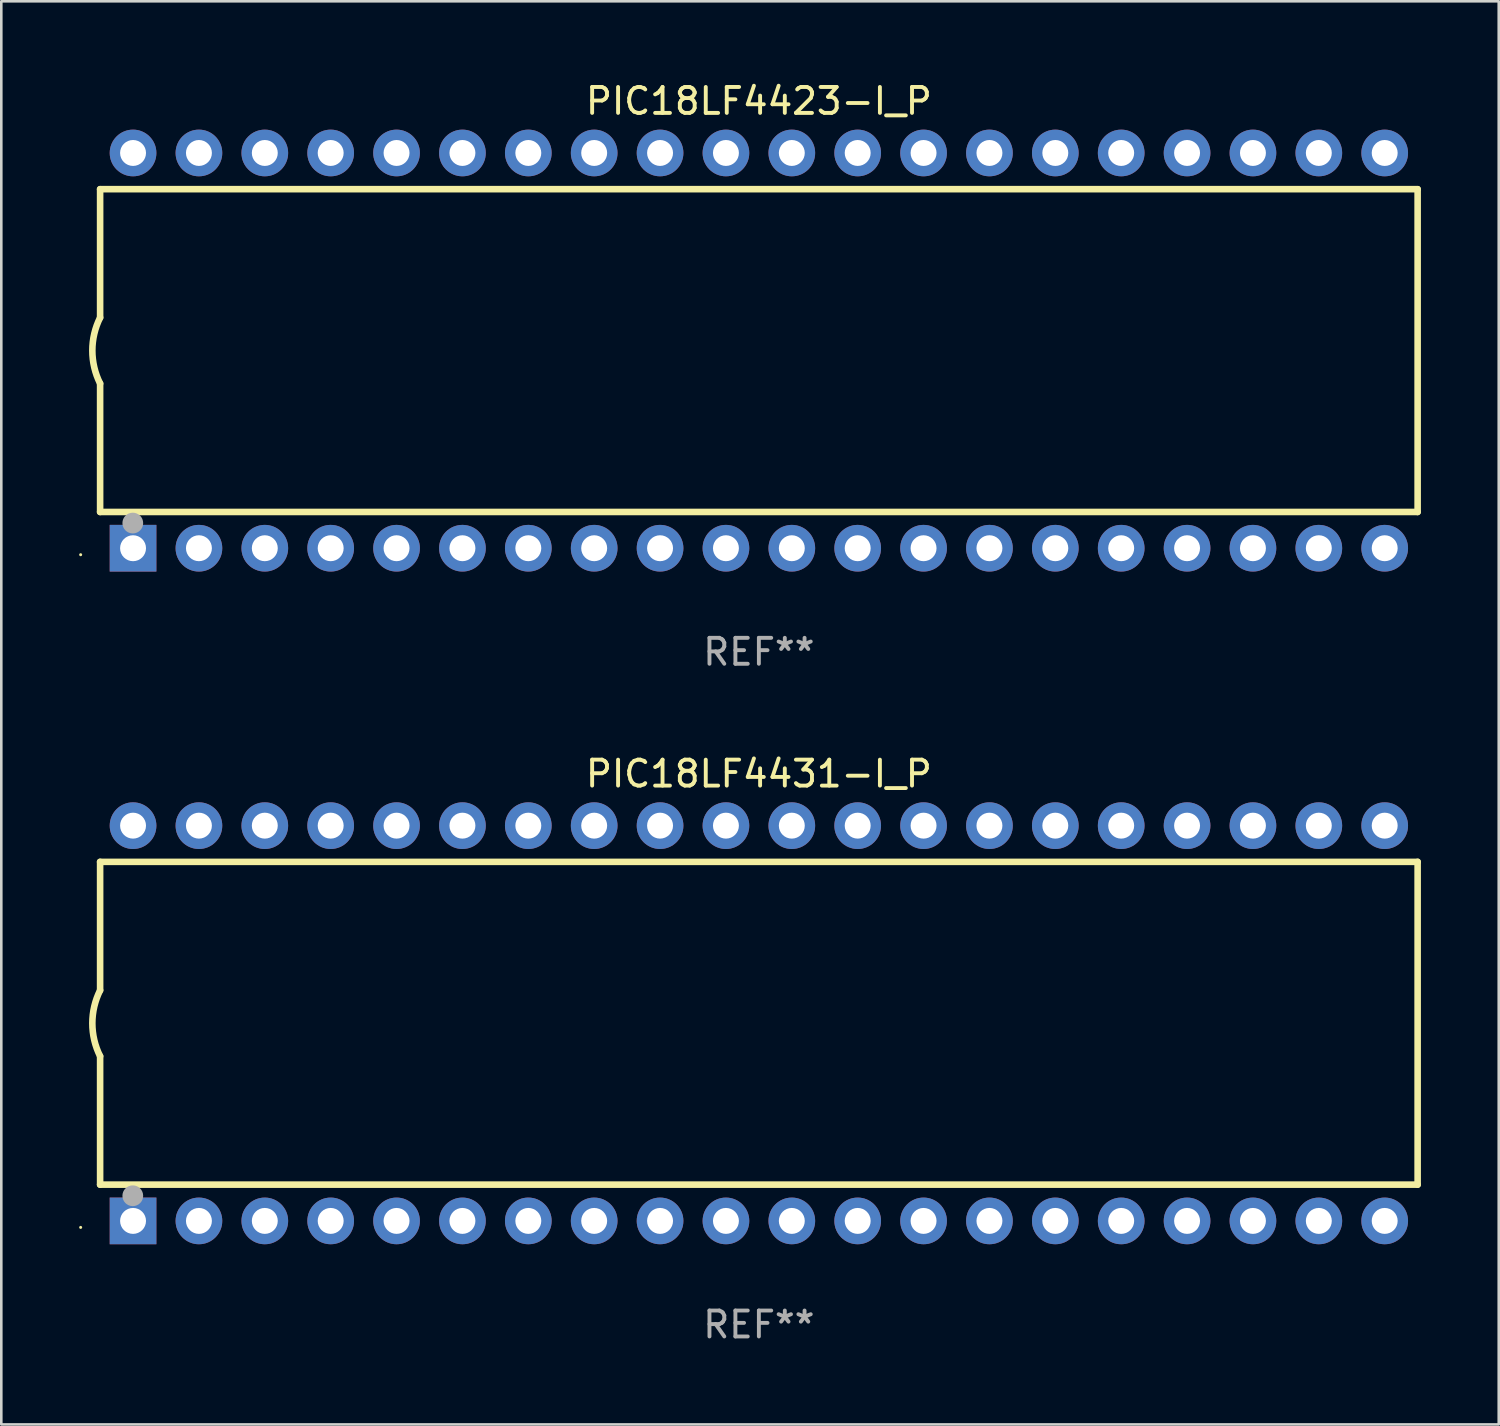
<source format=kicad_pcb>
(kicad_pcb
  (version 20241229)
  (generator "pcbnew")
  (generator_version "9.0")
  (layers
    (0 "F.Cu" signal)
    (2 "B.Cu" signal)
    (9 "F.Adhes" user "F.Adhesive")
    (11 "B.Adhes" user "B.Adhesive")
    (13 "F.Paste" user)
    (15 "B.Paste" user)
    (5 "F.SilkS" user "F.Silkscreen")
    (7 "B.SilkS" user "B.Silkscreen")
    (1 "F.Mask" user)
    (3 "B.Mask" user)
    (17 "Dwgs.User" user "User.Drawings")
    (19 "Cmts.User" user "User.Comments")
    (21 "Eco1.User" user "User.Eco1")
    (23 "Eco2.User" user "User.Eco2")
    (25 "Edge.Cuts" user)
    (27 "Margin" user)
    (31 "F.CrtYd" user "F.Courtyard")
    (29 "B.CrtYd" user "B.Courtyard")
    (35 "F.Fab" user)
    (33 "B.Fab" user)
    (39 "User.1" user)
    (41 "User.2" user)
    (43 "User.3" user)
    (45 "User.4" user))
  (footprint "PIC18LF4431-I_P"
    (layer "F.Cu")
    (at 26.21 36.405)
    (property "Reference" "PIC18LF4431-I_P" (at 0 -9.62 0) (layer "F.SilkS") (effects (font (size 1 1) (thickness 0.15))))
    (attr through_hole)
    (fp_line (start -25.4 -6.224) (end -25.4 -1.271) (stroke (width 0.254) (type solid)) (layer "F.SilkS"))
    (fp_line (start -25.4 -6.224) (end 25.4 -6.224) (stroke (width 0.254) (type solid)) (layer "F.SilkS"))
    (fp_line (start -25.4 1.269) (end -25.4 6.222) (stroke (width 0.254) (type solid)) (layer "F.SilkS"))
    (fp_line (start -25.4 6.222) (end 25.4 6.222) (stroke (width 0.254) (type solid)) (layer "F.SilkS"))
    (fp_line (start 25.4 6.222) (end 25.4 -6.224) (stroke (width 0.254) (type solid)) (layer "F.SilkS"))
    (fp_arc (start -25.4 1.269241) (mid -25.699807 -0.000762) (end -25.4 -1.270765) (stroke (width 0.254001) (type solid)) (layer "F.SilkS"))
    (fp_circle (center -26.15 7.87) (end -26.12 7.87) (stroke (width 0.06) (type solid)) (fill no) (layer "F.SilkS"))
    (fp_circle (center -24.14 6.65) (end -23.94 6.65) (stroke (width 0.4) (type solid)) (fill no) (layer "F.Fab"))
    (fp_text user "REF**" (at 0 11.62 0) (layer "F.Fab") (effects (font (size 1 1) (thickness 0.15))))
    (pad "1" thru_hole rect (at -24.13 7.62 90) (size 1.8 1.8) (drill 1) (layers "*.Cu" "*.Mask"))
    (pad "2" thru_hole circle (at -21.59 7.62) (size 1.8 1.8) (drill 1) (layers "*.Cu" "*.Mask"))
    (pad "3" thru_hole circle (at -19.05 7.62) (size 1.8 1.8) (drill 1) (layers "*.Cu" "*.Mask"))
    (pad "4" thru_hole circle (at -16.51 7.62) (size 1.8 1.8) (drill 1) (layers "*.Cu" "*.Mask"))
    (pad "5" thru_hole circle (at -13.97 7.62) (size 1.8 1.8) (drill 1) (layers "*.Cu" "*.Mask"))
    (pad "6" thru_hole circle (at -11.43 7.62) (size 1.8 1.8) (drill 1) (layers "*.Cu" "*.Mask"))
    (pad "7" thru_hole circle (at -8.89 7.62) (size 1.8 1.8) (drill 1) (layers "*.Cu" "*.Mask"))
    (pad "8" thru_hole circle (at -6.35 7.62) (size 1.8 1.8) (drill 1) (layers "*.Cu" "*.Mask"))
    (pad "9" thru_hole circle (at -3.81 7.62) (size 1.8 1.8) (drill 1) (layers "*.Cu" "*.Mask"))
    (pad "10" thru_hole circle (at -1.27 7.62) (size 1.8 1.8) (drill 1) (layers "*.Cu" "*.Mask"))
    (pad "11" thru_hole circle (at 1.27 7.62) (size 1.8 1.8) (drill 1) (layers "*.Cu" "*.Mask"))
    (pad "12" thru_hole circle (at 3.81 7.62) (size 1.8 1.8) (drill 1) (layers "*.Cu" "*.Mask"))
    (pad "13" thru_hole circle (at 6.35 7.62) (size 1.8 1.8) (drill 1) (layers "*.Cu" "*.Mask"))
    (pad "14" thru_hole circle (at 8.89 7.62) (size 1.8 1.8) (drill 1) (layers "*.Cu" "*.Mask"))
    (pad "15" thru_hole circle (at 11.43 7.62) (size 1.8 1.8) (drill 1) (layers "*.Cu" "*.Mask"))
    (pad "16" thru_hole circle (at 13.97 7.62) (size 1.8 1.8) (drill 1) (layers "*.Cu" "*.Mask"))
    (pad "17" thru_hole circle (at 16.51 7.62) (size 1.8 1.8) (drill 1) (layers "*.Cu" "*.Mask"))
    (pad "18" thru_hole circle (at 19.05 7.62) (size 1.8 1.8) (drill 1) (layers "*.Cu" "*.Mask"))
    (pad "19" thru_hole circle (at 21.59 7.62) (size 1.8 1.8) (drill 1) (layers "*.Cu" "*.Mask"))
    (pad "20" thru_hole circle (at 24.13 7.62) (size 1.8 1.8) (drill 1) (layers "*.Cu" "*.Mask"))
    (pad "21" thru_hole circle (at 24.13 -7.62) (size 1.8 1.8) (drill 1) (layers "*.Cu" "*.Mask"))
    (pad "22" thru_hole circle (at 21.59 -7.62) (size 1.8 1.8) (drill 1) (layers "*.Cu" "*.Mask"))
    (pad "23" thru_hole circle (at 19.05 -7.62) (size 1.8 1.8) (drill 1) (layers "*.Cu" "*.Mask"))
    (pad "24" thru_hole circle (at 16.51 -7.62) (size 1.8 1.8) (drill 1) (layers "*.Cu" "*.Mask"))
    (pad "25" thru_hole circle (at 13.97 -7.62) (size 1.8 1.8) (drill 1) (layers "*.Cu" "*.Mask"))
    (pad "26" thru_hole circle (at 11.43 -7.62) (size 1.8 1.8) (drill 1) (layers "*.Cu" "*.Mask"))
    (pad "27" thru_hole circle (at 8.89 -7.62) (size 1.8 1.8) (drill 1) (layers "*.Cu" "*.Mask"))
    (pad "28" thru_hole circle (at 6.35 -7.62) (size 1.8 1.8) (drill 1) (layers "*.Cu" "*.Mask"))
    (pad "29" thru_hole circle (at 3.81 -7.62) (size 1.8 1.8) (drill 1) (layers "*.Cu" "*.Mask"))
    (pad "30" thru_hole circle (at 1.27 -7.62) (size 1.8 1.8) (drill 1) (layers "*.Cu" "*.Mask"))
    (pad "31" thru_hole circle (at -1.27 -7.62) (size 1.8 1.8) (drill 1) (layers "*.Cu" "*.Mask"))
    (pad "32" thru_hole circle (at -3.81 -7.62) (size 1.8 1.8) (drill 1) (layers "*.Cu" "*.Mask"))
    (pad "33" thru_hole circle (at -6.35 -7.62) (size 1.8 1.8) (drill 1) (layers "*.Cu" "*.Mask"))
    (pad "34" thru_hole circle (at -8.89 -7.62) (size 1.8 1.8) (drill 1) (layers "*.Cu" "*.Mask"))
    (pad "35" thru_hole circle (at -11.43 -7.62) (size 1.8 1.8) (drill 1) (layers "*.Cu" "*.Mask"))
    (pad "36" thru_hole circle (at -13.97 -7.62) (size 1.8 1.8) (drill 1) (layers "*.Cu" "*.Mask"))
    (pad "37" thru_hole circle (at -16.51 -7.62) (size 1.8 1.8) (drill 1) (layers "*.Cu" "*.Mask"))
    (pad "38" thru_hole circle (at -19.05 -7.62) (size 1.8 1.8) (drill 1) (layers "*.Cu" "*.Mask"))
    (pad "39" thru_hole circle (at -21.59 -7.62) (size 1.8 1.8) (drill 1) (layers "*.Cu" "*.Mask"))
    (pad "40" thru_hole circle (at -24.13 -7.62) (size 1.8 1.8) (drill 1) (layers "*.Cu" "*.Mask")))
  (footprint "PIC18LF4423-I_P"
    (layer "F.Cu")
    (at 26.21 10.468)
    (property "Reference" "PIC18LF4423-I_P" (at 0 -9.62 0) (layer "F.SilkS") (effects (font (size 1 1) (thickness 0.15))))
    (attr through_hole)
    (fp_line (start -25.4 -6.224) (end -25.4 -1.271) (stroke (width 0.254) (type solid)) (layer "F.SilkS"))
    (fp_line (start -25.4 -6.224) (end 25.4 -6.224) (stroke (width 0.254) (type solid)) (layer "F.SilkS"))
    (fp_line (start -25.4 1.269) (end -25.4 6.222) (stroke (width 0.254) (type solid)) (layer "F.SilkS"))
    (fp_line (start -25.4 6.222) (end 25.4 6.222) (stroke (width 0.254) (type solid)) (layer "F.SilkS"))
    (fp_line (start 25.4 6.222) (end 25.4 -6.224) (stroke (width 0.254) (type solid)) (layer "F.SilkS"))
    (fp_arc (start -25.4 1.269241) (mid -25.699807 -0.000762) (end -25.4 -1.270765) (stroke (width 0.254001) (type solid)) (layer "F.SilkS"))
    (fp_circle (center -26.15 7.87) (end -26.12 7.87) (stroke (width 0.06) (type solid)) (fill no) (layer "F.SilkS"))
    (fp_circle (center -24.14 6.65) (end -23.94 6.65) (stroke (width 0.4) (type solid)) (fill no) (layer "F.Fab"))
    (fp_text user "REF**" (at 0 11.62 0) (layer "F.Fab") (effects (font (size 1 1) (thickness 0.15))))
    (pad "1" thru_hole rect (at -24.13 7.62 90) (size 1.8 1.8) (drill 1) (layers "*.Cu" "*.Mask"))
    (pad "2" thru_hole circle (at -21.59 7.62) (size 1.8 1.8) (drill 1) (layers "*.Cu" "*.Mask"))
    (pad "3" thru_hole circle (at -19.05 7.62) (size 1.8 1.8) (drill 1) (layers "*.Cu" "*.Mask"))
    (pad "4" thru_hole circle (at -16.51 7.62) (size 1.8 1.8) (drill 1) (layers "*.Cu" "*.Mask"))
    (pad "5" thru_hole circle (at -13.97 7.62) (size 1.8 1.8) (drill 1) (layers "*.Cu" "*.Mask"))
    (pad "6" thru_hole circle (at -11.43 7.62) (size 1.8 1.8) (drill 1) (layers "*.Cu" "*.Mask"))
    (pad "7" thru_hole circle (at -8.89 7.62) (size 1.8 1.8) (drill 1) (layers "*.Cu" "*.Mask"))
    (pad "8" thru_hole circle (at -6.35 7.62) (size 1.8 1.8) (drill 1) (layers "*.Cu" "*.Mask"))
    (pad "9" thru_hole circle (at -3.81 7.62) (size 1.8 1.8) (drill 1) (layers "*.Cu" "*.Mask"))
    (pad "10" thru_hole circle (at -1.27 7.62) (size 1.8 1.8) (drill 1) (layers "*.Cu" "*.Mask"))
    (pad "11" thru_hole circle (at 1.27 7.62) (size 1.8 1.8) (drill 1) (layers "*.Cu" "*.Mask"))
    (pad "12" thru_hole circle (at 3.81 7.62) (size 1.8 1.8) (drill 1) (layers "*.Cu" "*.Mask"))
    (pad "13" thru_hole circle (at 6.35 7.62) (size 1.8 1.8) (drill 1) (layers "*.Cu" "*.Mask"))
    (pad "14" thru_hole circle (at 8.89 7.62) (size 1.8 1.8) (drill 1) (layers "*.Cu" "*.Mask"))
    (pad "15" thru_hole circle (at 11.43 7.62) (size 1.8 1.8) (drill 1) (layers "*.Cu" "*.Mask"))
    (pad "16" thru_hole circle (at 13.97 7.62) (size 1.8 1.8) (drill 1) (layers "*.Cu" "*.Mask"))
    (pad "17" thru_hole circle (at 16.51 7.62) (size 1.8 1.8) (drill 1) (layers "*.Cu" "*.Mask"))
    (pad "18" thru_hole circle (at 19.05 7.62) (size 1.8 1.8) (drill 1) (layers "*.Cu" "*.Mask"))
    (pad "19" thru_hole circle (at 21.59 7.62) (size 1.8 1.8) (drill 1) (layers "*.Cu" "*.Mask"))
    (pad "20" thru_hole circle (at 24.13 7.62) (size 1.8 1.8) (drill 1) (layers "*.Cu" "*.Mask"))
    (pad "21" thru_hole circle (at 24.13 -7.62) (size 1.8 1.8) (drill 1) (layers "*.Cu" "*.Mask"))
    (pad "22" thru_hole circle (at 21.59 -7.62) (size 1.8 1.8) (drill 1) (layers "*.Cu" "*.Mask"))
    (pad "23" thru_hole circle (at 19.05 -7.62) (size 1.8 1.8) (drill 1) (layers "*.Cu" "*.Mask"))
    (pad "24" thru_hole circle (at 16.51 -7.62) (size 1.8 1.8) (drill 1) (layers "*.Cu" "*.Mask"))
    (pad "25" thru_hole circle (at 13.97 -7.62) (size 1.8 1.8) (drill 1) (layers "*.Cu" "*.Mask"))
    (pad "26" thru_hole circle (at 11.43 -7.62) (size 1.8 1.8) (drill 1) (layers "*.Cu" "*.Mask"))
    (pad "27" thru_hole circle (at 8.89 -7.62) (size 1.8 1.8) (drill 1) (layers "*.Cu" "*.Mask"))
    (pad "28" thru_hole circle (at 6.35 -7.62) (size 1.8 1.8) (drill 1) (layers "*.Cu" "*.Mask"))
    (pad "29" thru_hole circle (at 3.81 -7.62) (size 1.8 1.8) (drill 1) (layers "*.Cu" "*.Mask"))
    (pad "30" thru_hole circle (at 1.27 -7.62) (size 1.8 1.8) (drill 1) (layers "*.Cu" "*.Mask"))
    (pad "31" thru_hole circle (at -1.27 -7.62) (size 1.8 1.8) (drill 1) (layers "*.Cu" "*.Mask"))
    (pad "32" thru_hole circle (at -3.81 -7.62) (size 1.8 1.8) (drill 1) (layers "*.Cu" "*.Mask"))
    (pad "33" thru_hole circle (at -6.35 -7.62) (size 1.8 1.8) (drill 1) (layers "*.Cu" "*.Mask"))
    (pad "34" thru_hole circle (at -8.89 -7.62) (size 1.8 1.8) (drill 1) (layers "*.Cu" "*.Mask"))
    (pad "35" thru_hole circle (at -11.43 -7.62) (size 1.8 1.8) (drill 1) (layers "*.Cu" "*.Mask"))
    (pad "36" thru_hole circle (at -13.97 -7.62) (size 1.8 1.8) (drill 1) (layers "*.Cu" "*.Mask"))
    (pad "37" thru_hole circle (at -16.51 -7.62) (size 1.8 1.8) (drill 1) (layers "*.Cu" "*.Mask"))
    (pad "38" thru_hole circle (at -19.05 -7.62) (size 1.8 1.8) (drill 1) (layers "*.Cu" "*.Mask"))
    (pad "39" thru_hole circle (at -21.59 -7.62) (size 1.8 1.8) (drill 1) (layers "*.Cu" "*.Mask"))
    (pad "40" thru_hole circle (at -24.13 -7.62) (size 1.8 1.8) (drill 1) (layers "*.Cu" "*.Mask")))
  (gr_rect
    (start -3 -3)
    (end 54.737 51.873)
    (stroke (width 0.1) (type default))
    (fill no)
    (layer "Edge.Cuts")))
</source>
